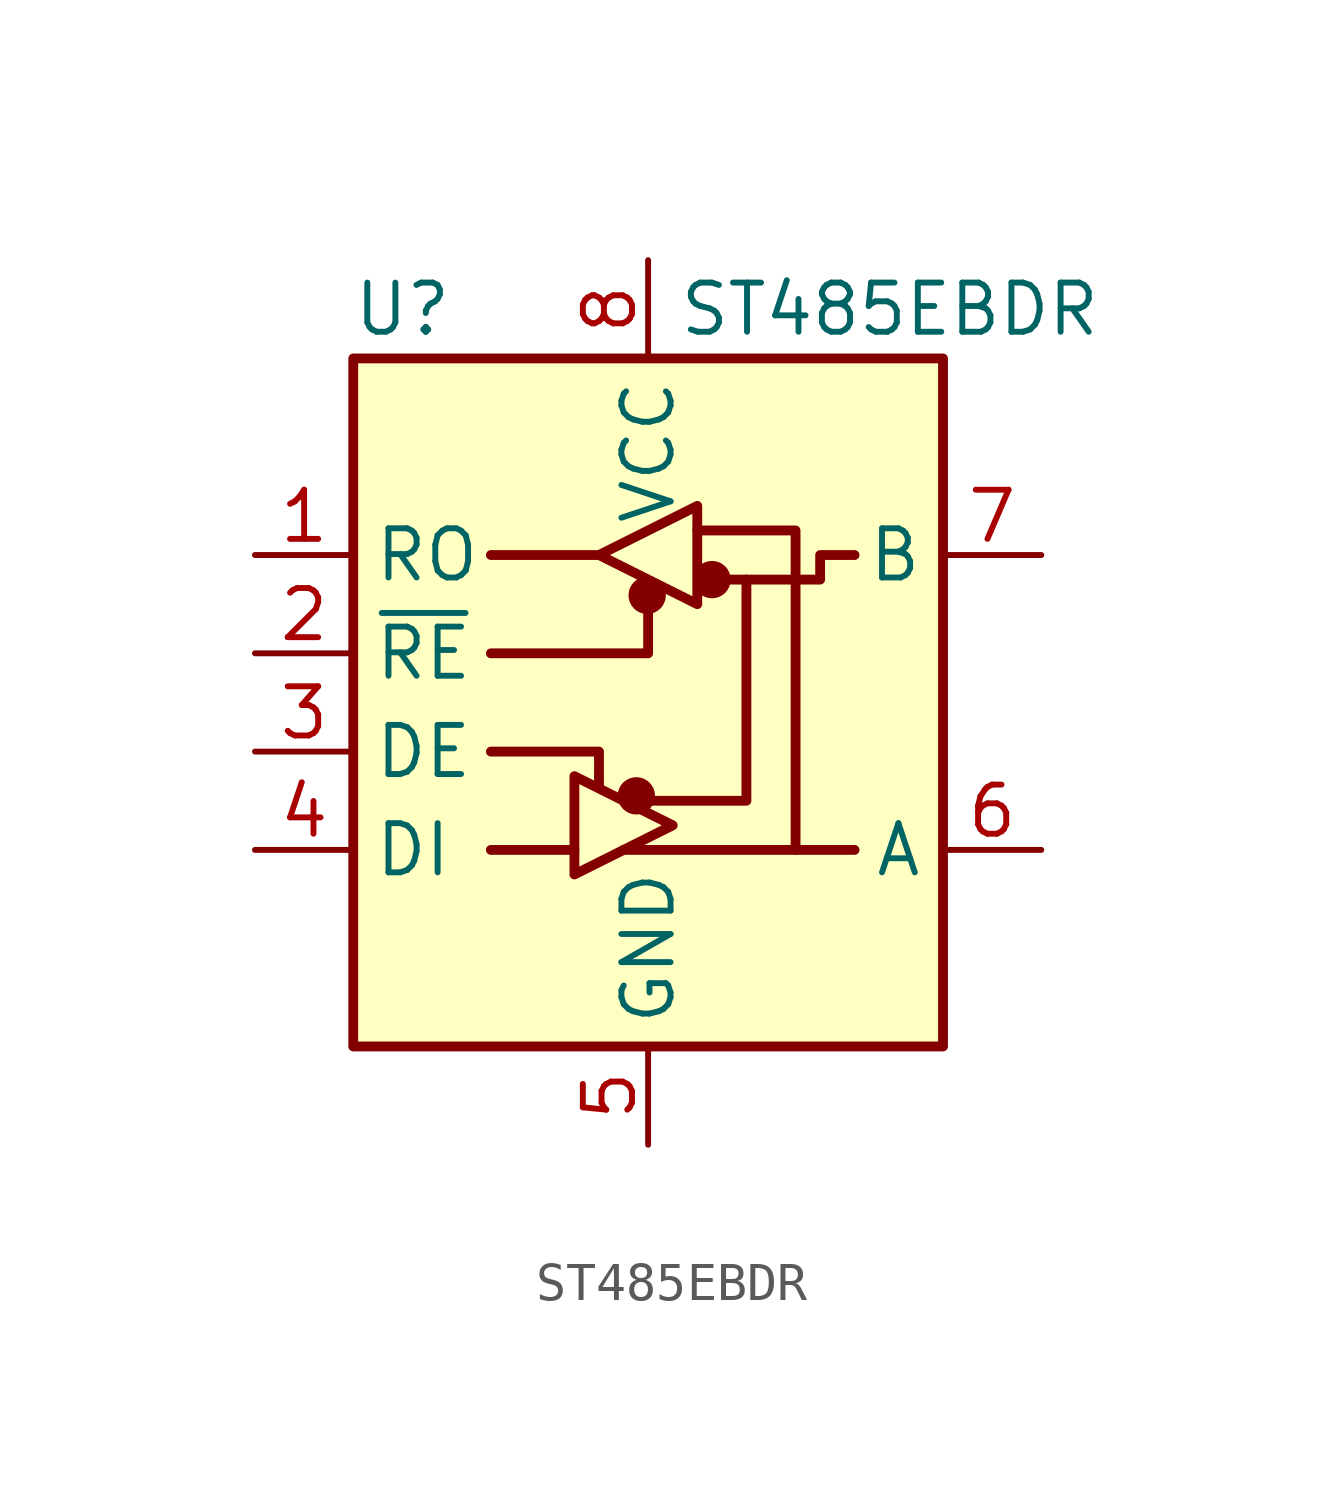
<source format=kicad_sym>
(kicad_symbol_lib
  (version 20220914)
  (generator kicad_symbol_editor)
  (symbol "ST485EBDR"
    (property "Reference" "U"
      (at -6.35 8.89 0)
      (effects (font (size 1.27 1.27))))
    (property "Value" "ST485EBDR"
      (at 0.762 8.89 0)
      (effects (font (size 1.27 1.27)) (justify left)))
    (symbol "ST485EBDR_0_1"
      (rectangle (start -7.62 7.62) (end 7.62 -10.16) (stroke (width 0.254) (type default)) (fill (type background)))
      (circle (center -0.305 -3.683) (radius 0.356) (stroke (width 0.254) (type default)) (fill (type outline)))
      (circle (center -0.025 1.499) (radius 0.356) (stroke (width 0.254) (type default)) (fill (type outline)))
      (polyline (pts (xy -4.064 -5.08) (xy -1.905 -5.08)) (stroke (width 0.254) (type default)) (fill (type none)))
      (polyline (pts (xy -4.064 2.54) (xy -1.27 2.54)) (stroke (width 0.254) (type default)) (fill (type none)))
      (polyline (pts (xy -1.27 -3.2) (xy -1.27 -3.454)) (stroke (width 0.254) (type default)) (fill (type none)))
      (polyline (pts (xy -0.635 -5.08) (xy 5.334 -5.08)) (stroke (width 0.254) (type default)) (fill (type none)))
      (polyline (pts (xy -4.064 -2.54) (xy -1.27 -2.54) (xy -1.27 -3.175)) (stroke (width 0.254) (type default)) (fill (type none)))
      (polyline (pts (xy 0 1.27) (xy 0 0) (xy -4.064 0)) (stroke (width 0.254) (type default)) (fill (type none)))
      (polyline (pts (xy 1.27 3.175) (xy 3.81 3.175) (xy 3.81 -5.08)) (stroke (width 0.254) (type default)) (fill (type none)))
      (polyline (pts (xy 2.54 1.905) (xy 2.54 -3.81) (xy 0 -3.81)) (stroke (width 0.254) (type default)) (fill (type none)))
      (polyline (pts (xy -1.905 -3.175) (xy -1.905 -5.715) (xy 0.635 -4.445) (xy -1.905 -3.175)) (stroke (width 0.254) (type default)) (fill (type none)))
      (polyline (pts (xy -1.27 2.54) (xy 1.27 3.81) (xy 1.27 1.27) (xy -1.27 2.54)) (stroke (width 0.254) (type default)) (fill (type none)))
      (polyline (pts (xy 1.905 1.905) (xy 4.445 1.905) (xy 4.445 2.54) (xy 5.334 2.54)) (stroke (width 0.254) (type default)) (fill (type none)))
      (rectangle (start 1.27 3.175) (end 1.27 3.175) (stroke (width 0) (type default)) (fill (type none)))
      (circle (center 1.651 1.905) (radius 0.356) (stroke (width 0.254) (type default)) (fill (type outline))))
    (symbol "ST485EBDR_1_1"
      (pin output line (at -10.16 2.54 0) (length 2.54) (name "RO" (effects (font (size 1.27 1.27)))) (number "1" (effects (font (size 1.27 1.27)))))
      (pin input line (at -10.16 0 0) (length 2.54) (name "~{RE}" (effects (font (size 1.27 1.27)))) (number "2" (effects (font (size 1.27 1.27)))))
      (pin input line (at -10.16 -2.54 0) (length 2.54) (name "DE" (effects (font (size 1.27 1.27)))) (number "3" (effects (font (size 1.27 1.27)))))
      (pin input line (at -10.16 -5.08 0) (length 2.54) (name "DI" (effects (font (size 1.27 1.27)))) (number "4" (effects (font (size 1.27 1.27)))))
      (pin power_in line (at 0 -12.7 90) (length 2.54) (name "GND" (effects (font (size 1.27 1.27)))) (number "5" (effects (font (size 1.27 1.27)))))
      (pin bidirectional line (at 10.16 -5.08 180) (length 2.54) (name "A" (effects (font (size 1.27 1.27)))) (number "6" (effects (font (size 1.27 1.27)))))
      (pin bidirectional line (at 10.16 2.54 180) (length 2.54) (name "B" (effects (font (size 1.27 1.27)))) (number "7" (effects (font (size 1.27 1.27)))))
      (pin power_in line (at 0 10.16 270) (length 2.54) (name "VCC" (effects (font (size 1.27 1.27)))) (number "8" (effects (font (size 1.27 1.27))))))))
</source>
